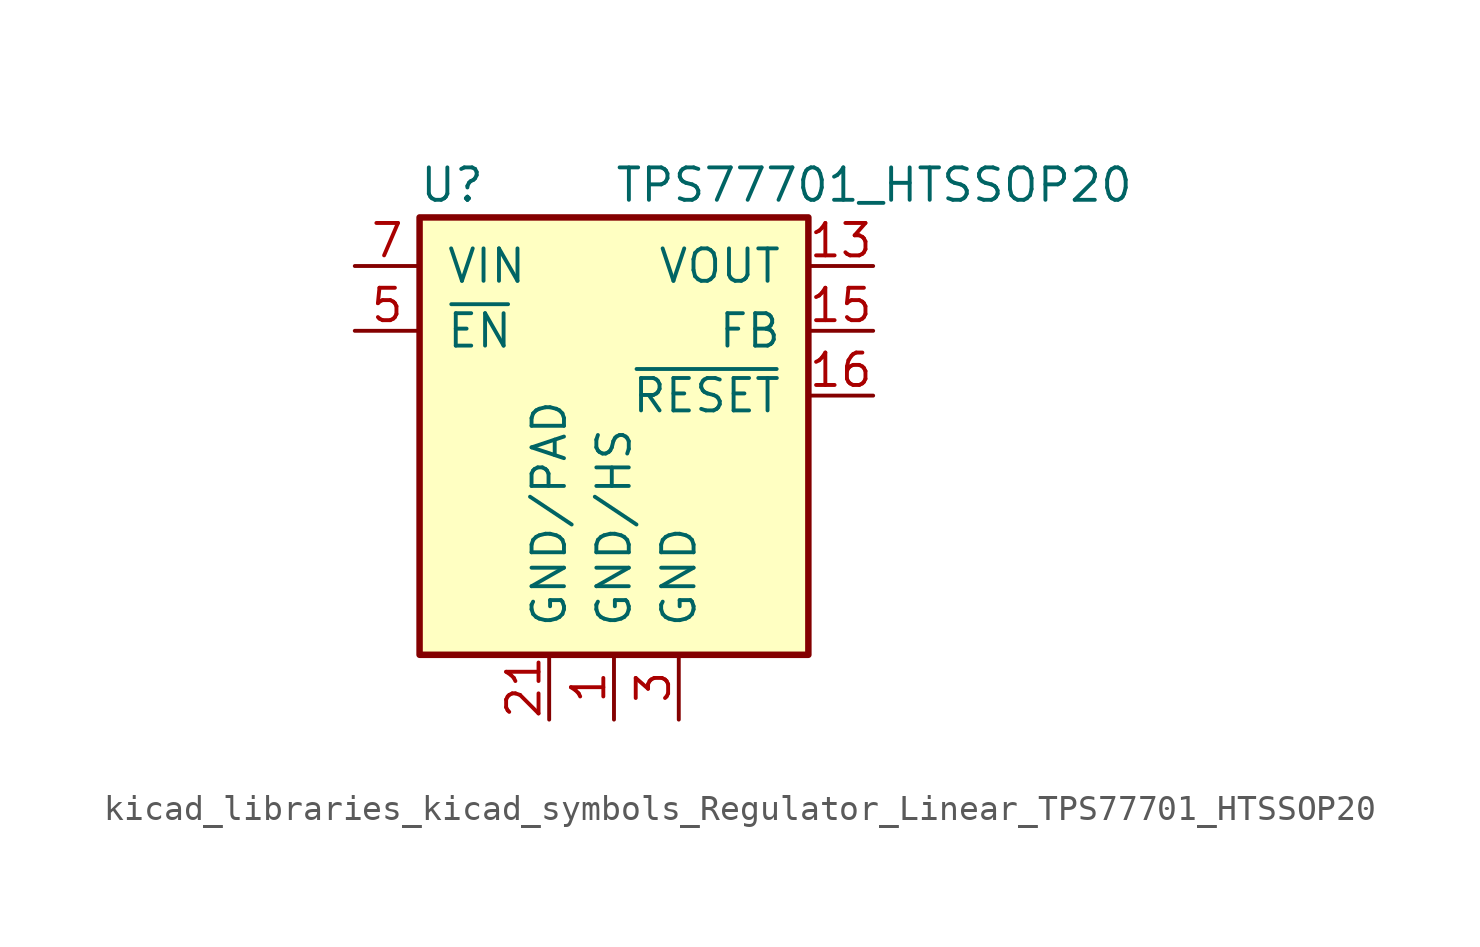
<source format=kicad_sym>
(kicad_symbol_lib
  (version 20220914)
  (generator kicad_symbol_editor)
  (symbol "kicad_libraries_kicad_symbols_Regulator_Linear_TPS77701_HTSSOP20"
    (pin_names
      (offset 1.016))
    (property "Reference" "U"
      (at -6.35 5.715 0)
      (effects (font (size 1.27 1.27))))
    (property "Value" "TPS77701_HTSSOP20"
      (at 0 5.715 0)
      (effects (font (size 1.27 1.27)) (justify left)))
    (symbol "kicad_libraries_kicad_symbols_Regulator_Linear_TPS77701_HTSSOP20_0_1"
      (rectangle (start -7.62 4.445) (end 7.62 -12.7) (stroke (width 0.254) (type default)) (fill (type background))))
    (symbol "kicad_libraries_kicad_symbols_Regulator_Linear_TPS77701_HTSSOP20_1_1"
      (pin power_in line (at 0 -15.24 90) (length 2.54) (name "GND/HS" (effects (font (size 1.27 1.27)))) (number "1" (effects (font (size 1.27 1.27)))))
      (pin passive line (at 0 -15.24 90) (length 2.54) hide (name "GND/HS" (effects (font (size 1.27 1.27)))) (number "10" (effects (font (size 1.27 1.27)))))
      (pin passive line (at 0 -15.24 90) (length 2.54) hide (name "GND/HS" (effects (font (size 1.27 1.27)))) (number "11" (effects (font (size 1.27 1.27)))))
      (pin passive line (at 0 -15.24 90) (length 2.54) hide (name "GND/HS" (effects (font (size 1.27 1.27)))) (number "12" (effects (font (size 1.27 1.27)))))
      (pin power_out line (at 10.16 2.54 180) (length 2.54) (name "VOUT" (effects (font (size 1.27 1.27)))) (number "13" (effects (font (size 1.27 1.27)))))
      (pin passive line (at 10.16 2.54 180) (length 2.54) hide (name "VOUT" (effects (font (size 1.27 1.27)))) (number "14" (effects (font (size 1.27 1.27)))))
      (pin passive line (at 10.16 0 180) (length 2.54) (name "FB" (effects (font (size 1.27 1.27)))) (number "15" (effects (font (size 1.27 1.27)))))
      (pin open_collector line (at 10.16 -2.54 180) (length 2.54) (name "~{RESET}" (effects (font (size 1.27 1.27)))) (number "16" (effects (font (size 1.27 1.27)))))
      (pin no_connect line (at 7.62 -5.08 180) (length 2.54) hide (name "NC" (effects (font (size 1.27 1.27)))) (number "17" (effects (font (size 1.27 1.27)))))
      (pin no_connect line (at 7.62 -7.62 180) (length 2.54) hide (name "NC" (effects (font (size 1.27 1.27)))) (number "18" (effects (font (size 1.27 1.27)))))
      (pin passive line (at 0 -15.24 90) (length 2.54) hide (name "GND/HS" (effects (font (size 1.27 1.27)))) (number "19" (effects (font (size 1.27 1.27)))))
      (pin passive line (at 0 -15.24 90) (length 2.54) hide (name "GND/HS" (effects (font (size 1.27 1.27)))) (number "2" (effects (font (size 1.27 1.27)))))
      (pin passive line (at 0 -15.24 90) (length 2.54) hide (name "GND/HS" (effects (font (size 1.27 1.27)))) (number "20" (effects (font (size 1.27 1.27)))))
      (pin power_in line (at -2.54 -15.24 90) (length 2.54) (name "GND/PAD" (effects (font (size 1.27 1.27)))) (number "21" (effects (font (size 1.27 1.27)))))
      (pin power_in line (at 2.54 -15.24 90) (length 2.54) (name "GND" (effects (font (size 1.27 1.27)))) (number "3" (effects (font (size 1.27 1.27)))))
      (pin no_connect line (at -7.62 -2.54 0) (length 2.54) hide (name "NC" (effects (font (size 1.27 1.27)))) (number "4" (effects (font (size 1.27 1.27)))))
      (pin input line (at -10.16 0 0) (length 2.54) (name "~{EN}" (effects (font (size 1.27 1.27)))) (number "5" (effects (font (size 1.27 1.27)))))
      (pin passive line (at -10.16 2.54 0) (length 2.54) hide (name "VIN" (effects (font (size 1.27 1.27)))) (number "6" (effects (font (size 1.27 1.27)))))
      (pin power_in line (at -10.16 2.54 0) (length 2.54) (name "VIN" (effects (font (size 1.27 1.27)))) (number "7" (effects (font (size 1.27 1.27)))))
      (pin no_connect line (at -7.62 -5.08 0) (length 2.54) hide (name "NC" (effects (font (size 1.27 1.27)))) (number "8" (effects (font (size 1.27 1.27)))))
      (pin passive line (at 0 -15.24 90) (length 2.54) hide (name "GND/HS" (effects (font (size 1.27 1.27)))) (number "9" (effects (font (size 1.27 1.27))))))))
</source>
